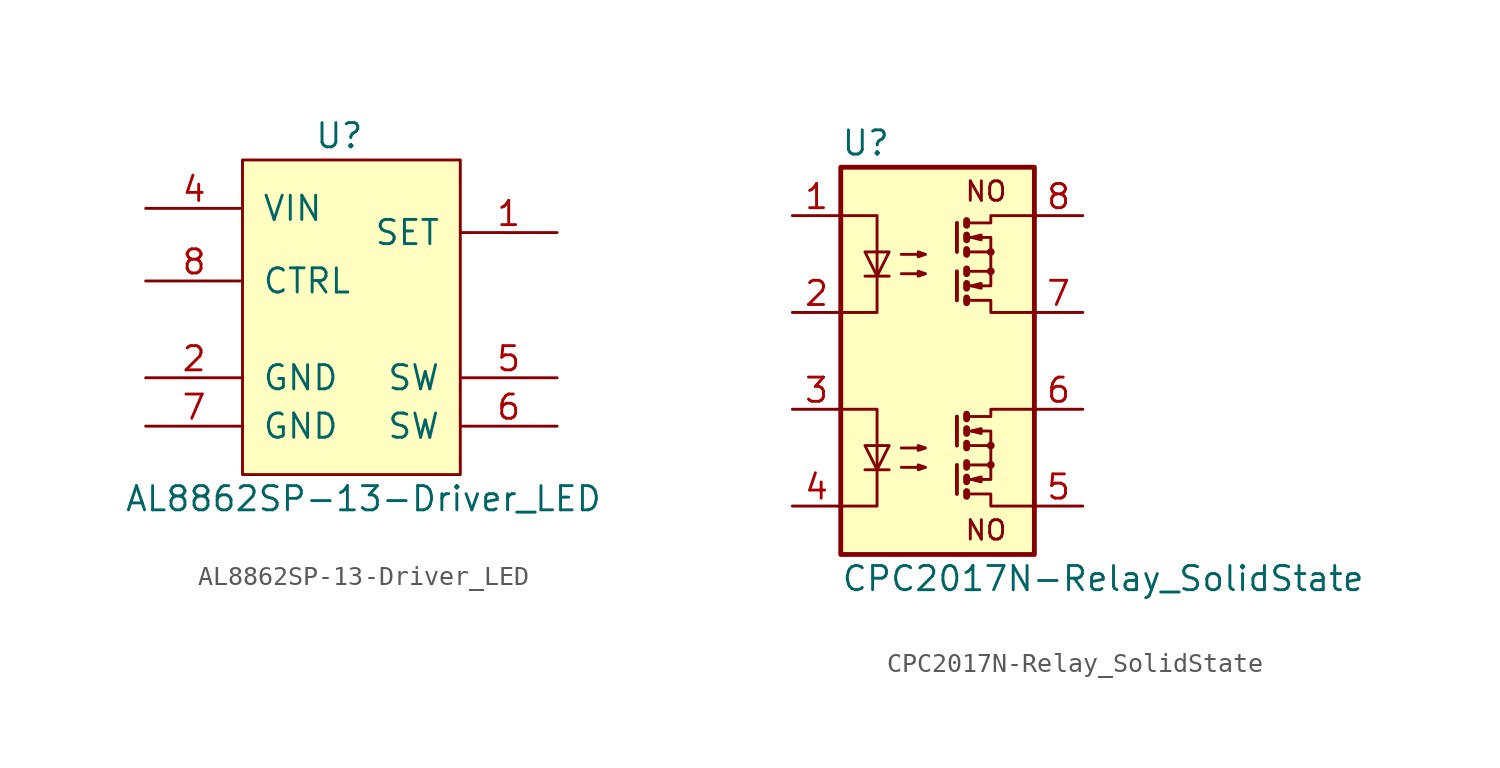
<source format=kicad_sym>
(kicad_symbol_lib
  (version 20220914)
  (generator kicad_symbol_editor)
  (symbol "AL8862SP-13-Driver_LED"
    (pin_names
      (offset 1.016))
    (property "Reference" "U"
      (at -1.27 11.43 0)
      (effects (font (size 1.27 1.27))))
    (property "Value" "AL8862SP-13-Driver_LED"
      (at 0 -7.62 0)
      (effects (font (size 1.27 1.27))))
    (symbol "AL8862SP-13-Driver_LED_0_1"
      (rectangle (start -6.35 10.16) (end 5.08 -6.35) (stroke (width 0) (type solid)) (fill (type background))))
    (symbol "AL8862SP-13-Driver_LED_1_1"
      (pin passive line (at 10.16 6.35 180) (length 5.08) (name "SET" (effects (font (size 1.27 1.27)))) (number "1" (effects (font (size 1.27 1.27)))))
      (pin power_in line (at -11.43 -1.27 0) (length 5.08) (name "GND" (effects (font (size 1.27 1.27)))) (number "2" (effects (font (size 1.27 1.27)))))
      (pin no_connect line (at -11.43 1.27 0) (length 5.08) hide (name "NC" (effects (font (size 1.27 1.27)))) (number "3" (effects (font (size 1.27 1.27)))))
      (pin power_in line (at -11.43 7.62 0) (length 5.08) (name "VIN" (effects (font (size 1.27 1.27)))) (number "4" (effects (font (size 1.27 1.27)))))
      (pin passive line (at 10.16 -1.27 180) (length 5.08) (name "SW" (effects (font (size 1.27 1.27)))) (number "5" (effects (font (size 1.27 1.27)))))
      (pin passive line (at 10.16 -3.81 180) (length 5.08) (name "SW" (effects (font (size 1.27 1.27)))) (number "6" (effects (font (size 1.27 1.27)))))
      (pin power_in line (at -11.43 -3.81 0) (length 5.08) (name "GND" (effects (font (size 1.27 1.27)))) (number "7" (effects (font (size 1.27 1.27)))))
      (pin passive line (at -11.43 3.81 0) (length 5.08) (name "CTRL" (effects (font (size 1.27 1.27)))) (number "8" (effects (font (size 1.27 1.27)))))))
  (symbol "CPC2017N-Relay_SolidState"
    (property "Reference" "U"
      (at -5.08 11.43 0)
      (effects (font (size 1.27 1.27)) (justify left)))
    (property "Value" "CPC2017N-Relay_SolidState"
      (at -5.08 -11.43 0)
      (effects (font (size 1.27 1.27)) (justify left)))
    (symbol "CPC2017N-Relay_SolidState_0_0"
      (text "NO" (at 2.54 -8.89 0) (effects (font (size 1.016 1.016))))
      (text "NO" (at 2.54 8.89 0) (effects (font (size 1.016 1.016)))))
    (symbol "CPC2017N-Relay_SolidState_0_1"
      (polyline (pts (xy -3.81 -5.715) (xy -2.54 -5.715)) (stroke (width 0) (type solid)) (fill (type none)))
      (polyline (pts (xy -3.81 4.445) (xy -2.54 4.445)) (stroke (width 0) (type solid)) (fill (type none)))
      (polyline (pts (xy 1.016 -5.461) (xy 1.016 -6.985)) (stroke (width 0.203) (type solid)) (fill (type none)))
      (polyline (pts (xy 1.016 -2.921) (xy 1.016 -4.445)) (stroke (width 0.203) (type solid)) (fill (type none)))
      (polyline (pts (xy 1.016 4.699) (xy 1.016 3.175)) (stroke (width 0.203) (type solid)) (fill (type none)))
      (polyline (pts (xy 1.016 7.239) (xy 1.016 5.715)) (stroke (width 0.203) (type solid)) (fill (type none)))
      (polyline (pts (xy 1.524 -6.858) (xy 1.524 -7.112) (xy 1.524 -7.112)) (stroke (width 0.356) (type solid)) (fill (type none)))
      (polyline (pts (xy 1.524 -6.096) (xy 1.524 -6.35) (xy 1.524 -6.35)) (stroke (width 0.356) (type solid)) (fill (type none)))
      (polyline (pts (xy 1.524 -5.334) (xy 1.524 -5.588) (xy 1.524 -5.588)) (stroke (width 0.356) (type solid)) (fill (type none)))
      (polyline (pts (xy 1.524 -4.318) (xy 1.524 -4.572) (xy 1.524 -4.572)) (stroke (width 0.356) (type solid)) (fill (type none)))
      (polyline (pts (xy 1.524 -3.556) (xy 1.524 -3.81) (xy 1.524 -3.81)) (stroke (width 0.356) (type solid)) (fill (type none)))
      (polyline (pts (xy 1.524 -2.794) (xy 1.524 -3.048) (xy 1.524 -3.048)) (stroke (width 0.356) (type solid)) (fill (type none)))
      (polyline (pts (xy 1.524 3.302) (xy 1.524 3.048) (xy 1.524 3.048)) (stroke (width 0.356) (type solid)) (fill (type none)))
      (polyline (pts (xy 1.524 4.064) (xy 1.524 3.81) (xy 1.524 3.81)) (stroke (width 0.356) (type solid)) (fill (type none)))
      (polyline (pts (xy 1.524 4.826) (xy 1.524 4.572) (xy 1.524 4.572)) (stroke (width 0.356) (type solid)) (fill (type none)))
      (polyline (pts (xy 1.524 5.842) (xy 1.524 5.588) (xy 1.524 5.588)) (stroke (width 0.356) (type solid)) (fill (type none)))
      (polyline (pts (xy 1.524 6.604) (xy 1.524 6.35) (xy 1.524 6.35)) (stroke (width 0.356) (type solid)) (fill (type none)))
      (polyline (pts (xy 1.524 7.366) (xy 1.524 7.112) (xy 1.524 7.112)) (stroke (width 0.356) (type solid)) (fill (type none)))
      (polyline (pts (xy 1.651 -3.683) (xy 2.794 -3.683) (xy 2.794 -4.445)) (stroke (width 0) (type solid)) (fill (type none)))
      (polyline (pts (xy 1.651 6.477) (xy 2.794 6.477) (xy 2.794 5.715)) (stroke (width 0) (type solid)) (fill (type none)))
      (polyline (pts (xy -5.08 -2.54) (xy -3.175 -2.54) (xy -3.175 -7.62) (xy -5.08 -7.62)) (stroke (width 0) (type solid)) (fill (type none)))
      (polyline (pts (xy -5.08 7.62) (xy -3.175 7.62) (xy -3.175 2.54) (xy -5.08 2.54)) (stroke (width 0) (type solid)) (fill (type none)))
      (polyline (pts (xy -3.175 -5.715) (xy -3.81 -4.445) (xy -2.54 -4.445) (xy -3.175 -5.715)) (stroke (width 0) (type solid)) (fill (type none)))
      (polyline (pts (xy -3.175 4.445) (xy -3.81 5.715) (xy -2.54 5.715) (xy -3.175 4.445)) (stroke (width 0) (type solid)) (fill (type none)))
      (polyline (pts (xy 1.651 -2.921) (xy 2.794 -2.921) (xy 2.794 -2.54) (xy 5.08 -2.54)) (stroke (width 0) (type solid)) (fill (type none)))
      (polyline (pts (xy 1.651 7.239) (xy 2.794 7.239) (xy 2.794 7.62) (xy 5.08 7.62)) (stroke (width 0) (type solid)) (fill (type none)))
      (polyline (pts (xy 1.778 -6.223) (xy 2.286 -6.096) (xy 2.286 -6.35) (xy 1.778 -6.223)) (stroke (width 0) (type solid)) (fill (type none)))
      (polyline (pts (xy 1.778 -3.683) (xy 2.286 -3.556) (xy 2.286 -3.81) (xy 1.778 -3.683)) (stroke (width 0) (type solid)) (fill (type none)))
      (polyline (pts (xy 1.778 3.937) (xy 2.286 4.064) (xy 2.286 3.81) (xy 1.778 3.937)) (stroke (width 0) (type solid)) (fill (type none)))
      (polyline (pts (xy 1.778 6.477) (xy 2.286 6.604) (xy 2.286 6.35) (xy 1.778 6.477)) (stroke (width 0) (type solid)) (fill (type none)))
      (polyline (pts (xy -1.905 -5.588) (xy -0.635 -5.588) (xy -1.016 -5.715) (xy -1.016 -5.461) (xy -0.635 -5.588)) (stroke (width 0) (type solid)) (fill (type none)))
      (polyline (pts (xy -1.905 -4.572) (xy -0.635 -4.572) (xy -1.016 -4.699) (xy -1.016 -4.445) (xy -0.635 -4.572)) (stroke (width 0) (type solid)) (fill (type none)))
      (polyline (pts (xy -1.905 4.572) (xy -0.635 4.572) (xy -1.016 4.445) (xy -1.016 4.699) (xy -0.635 4.572)) (stroke (width 0) (type solid)) (fill (type none)))
      (polyline (pts (xy -1.905 5.588) (xy -0.635 5.588) (xy -1.016 5.461) (xy -1.016 5.715) (xy -0.635 5.588)) (stroke (width 0) (type solid)) (fill (type none)))
      (circle (center 2.794 -5.461) (radius 0.127) (stroke (width 0) (type solid)) (fill (type none)))
      (circle (center 2.794 -4.445) (radius 0.127) (stroke (width 0) (type solid)) (fill (type none)))
      (circle (center 2.794 4.699) (radius 0.127) (stroke (width 0) (type solid)) (fill (type none)))
      (circle (center 2.794 5.715) (radius 0.127) (stroke (width 0) (type solid)) (fill (type none)))
      (rectangle (start 5.08 -10.16) (end -5.08 10.16) (stroke (width 0.254) (type solid)) (fill (type background))))
    (symbol "CPC2017N-Relay_SolidState_1_1"
      (polyline (pts (xy 1.524 -6.223) (xy 2.794 -6.223) (xy 2.794 -5.461)) (stroke (width 0) (type solid)) (fill (type none)))
      (polyline (pts (xy 1.524 3.937) (xy 2.794 3.937) (xy 2.794 4.699)) (stroke (width 0) (type solid)) (fill (type none)))
      (polyline (pts (xy 1.524 -6.985) (xy 2.794 -6.985) (xy 2.794 -7.62) (xy 5.08 -7.62)) (stroke (width 0) (type solid)) (fill (type none)))
      (polyline (pts (xy 1.524 -4.445) (xy 2.794 -4.445) (xy 2.794 -5.461) (xy 1.524 -5.461)) (stroke (width 0) (type solid)) (fill (type none)))
      (polyline (pts (xy 1.524 3.175) (xy 2.794 3.175) (xy 2.794 2.54) (xy 5.08 2.54)) (stroke (width 0) (type solid)) (fill (type none)))
      (polyline (pts (xy 1.524 5.715) (xy 2.794 5.715) (xy 2.794 4.699) (xy 1.524 4.699)) (stroke (width 0) (type solid)) (fill (type none)))
      (pin passive line (at -7.62 7.62 0) (length 2.54) (name "~" (effects (font (size 1.27 1.27)))) (number "1" (effects (font (size 1.27 1.27)))))
      (pin passive line (at -7.62 2.54 0) (length 2.54) (name "~" (effects (font (size 1.27 1.27)))) (number "2" (effects (font (size 1.27 1.27)))))
      (pin passive line (at -7.62 -2.54 0) (length 2.54) (name "~" (effects (font (size 1.27 1.27)))) (number "3" (effects (font (size 1.27 1.27)))))
      (pin passive line (at -7.62 -7.62 0) (length 2.54) (name "~" (effects (font (size 1.27 1.27)))) (number "4" (effects (font (size 1.27 1.27)))))
      (pin passive line (at 7.62 -7.62 180) (length 2.54) (name "~" (effects (font (size 1.27 1.27)))) (number "5" (effects (font (size 1.27 1.27)))))
      (pin passive line (at 7.62 -2.54 180) (length 2.54) (name "~" (effects (font (size 1.27 1.27)))) (number "6" (effects (font (size 1.27 1.27)))))
      (pin passive line (at 7.62 2.54 180) (length 2.54) (name "~" (effects (font (size 1.27 1.27)))) (number "7" (effects (font (size 1.27 1.27)))))
      (pin passive line (at 7.62 7.62 180) (length 2.54) (name "~" (effects (font (size 1.27 1.27)))) (number "8" (effects (font (size 1.27 1.27))))))))
</source>
